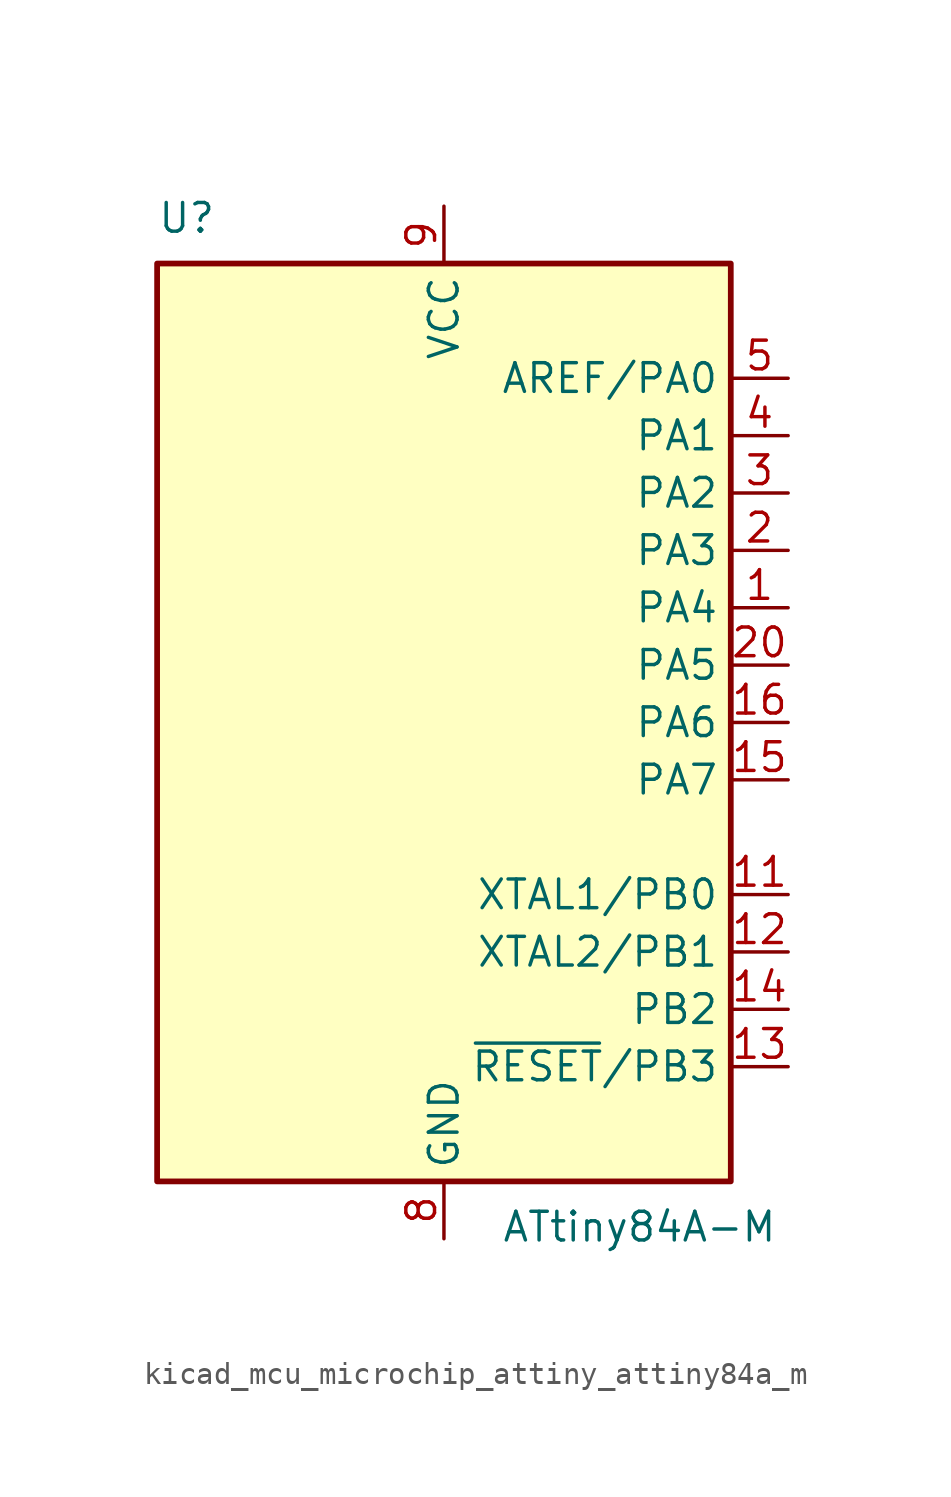
<source format=kicad_sym>
(kicad_symbol_lib
  (version 20220914)
  (generator kicad_symbol_editor)
  (symbol "kicad_mcu_microchip_attiny_attiny84a_m"
    (property "Reference" "U"
      (at -12.7 21.59 0)
      (effects (font (size 1.27 1.27)) (justify left bottom)))
    (property "Value" "ATtiny84A-M"
      (at 2.54 -21.59 0)
      (effects (font (size 1.27 1.27)) (justify left top)))
    (symbol "kicad_mcu_microchip_attiny_attiny84a_m_0_1"
      (rectangle (start -12.7 -20.32) (end 12.7 20.32) (stroke (width 0.254) (type default)) (fill (type background))))
    (symbol "kicad_mcu_microchip_attiny_attiny84a_m_1_1"
      (pin bidirectional line (at 15.24 5.08 180) (length 2.54) (name "PA4" (effects (font (size 1.27 1.27)))) (number "1" (effects (font (size 1.27 1.27)))))
      (pin no_connect line (at -12.7 -10.16 0) (length 2.54) hide (name "NC" (effects (font (size 1.27 1.27)))) (number "10" (effects (font (size 1.27 1.27)))))
      (pin bidirectional line (at 15.24 -7.62 180) (length 2.54) (name "XTAL1/PB0" (effects (font (size 1.27 1.27)))) (number "11" (effects (font (size 1.27 1.27)))))
      (pin bidirectional line (at 15.24 -10.16 180) (length 2.54) (name "XTAL2/PB1" (effects (font (size 1.27 1.27)))) (number "12" (effects (font (size 1.27 1.27)))))
      (pin bidirectional line (at 15.24 -15.24 180) (length 2.54) (name "~{RESET}/PB3" (effects (font (size 1.27 1.27)))) (number "13" (effects (font (size 1.27 1.27)))))
      (pin bidirectional line (at 15.24 -12.7 180) (length 2.54) (name "PB2" (effects (font (size 1.27 1.27)))) (number "14" (effects (font (size 1.27 1.27)))))
      (pin bidirectional line (at 15.24 -2.54 180) (length 2.54) (name "PA7" (effects (font (size 1.27 1.27)))) (number "15" (effects (font (size 1.27 1.27)))))
      (pin bidirectional line (at 15.24 0 180) (length 2.54) (name "PA6" (effects (font (size 1.27 1.27)))) (number "16" (effects (font (size 1.27 1.27)))))
      (pin no_connect line (at -12.7 -12.7 0) (length 2.54) hide (name "NC" (effects (font (size 1.27 1.27)))) (number "17" (effects (font (size 1.27 1.27)))))
      (pin no_connect line (at -12.7 -15.24 0) (length 2.54) hide (name "NC" (effects (font (size 1.27 1.27)))) (number "18" (effects (font (size 1.27 1.27)))))
      (pin no_connect line (at -12.7 -17.78 0) (length 2.54) hide (name "NC" (effects (font (size 1.27 1.27)))) (number "19" (effects (font (size 1.27 1.27)))))
      (pin bidirectional line (at 15.24 7.62 180) (length 2.54) (name "PA3" (effects (font (size 1.27 1.27)))) (number "2" (effects (font (size 1.27 1.27)))))
      (pin bidirectional line (at 15.24 2.54 180) (length 2.54) (name "PA5" (effects (font (size 1.27 1.27)))) (number "20" (effects (font (size 1.27 1.27)))))
      (pin passive line (at 0 -22.86 90) (length 2.54) hide (name "GND" (effects (font (size 1.27 1.27)))) (number "21" (effects (font (size 1.27 1.27)))))
      (pin bidirectional line (at 15.24 10.16 180) (length 2.54) (name "PA2" (effects (font (size 1.27 1.27)))) (number "3" (effects (font (size 1.27 1.27)))))
      (pin bidirectional line (at 15.24 12.7 180) (length 2.54) (name "PA1" (effects (font (size 1.27 1.27)))) (number "4" (effects (font (size 1.27 1.27)))))
      (pin bidirectional line (at 15.24 15.24 180) (length 2.54) (name "AREF/PA0" (effects (font (size 1.27 1.27)))) (number "5" (effects (font (size 1.27 1.27)))))
      (pin no_connect line (at -12.7 -5.08 0) (length 2.54) hide (name "NC" (effects (font (size 1.27 1.27)))) (number "6" (effects (font (size 1.27 1.27)))))
      (pin no_connect line (at -12.7 -7.62 0) (length 2.54) hide (name "NC" (effects (font (size 1.27 1.27)))) (number "7" (effects (font (size 1.27 1.27)))))
      (pin power_in line (at 0 -22.86 90) (length 2.54) (name "GND" (effects (font (size 1.27 1.27)))) (number "8" (effects (font (size 1.27 1.27)))))
      (pin power_in line (at 0 22.86 270) (length 2.54) (name "VCC" (effects (font (size 1.27 1.27)))) (number "9" (effects (font (size 1.27 1.27))))))))
</source>
